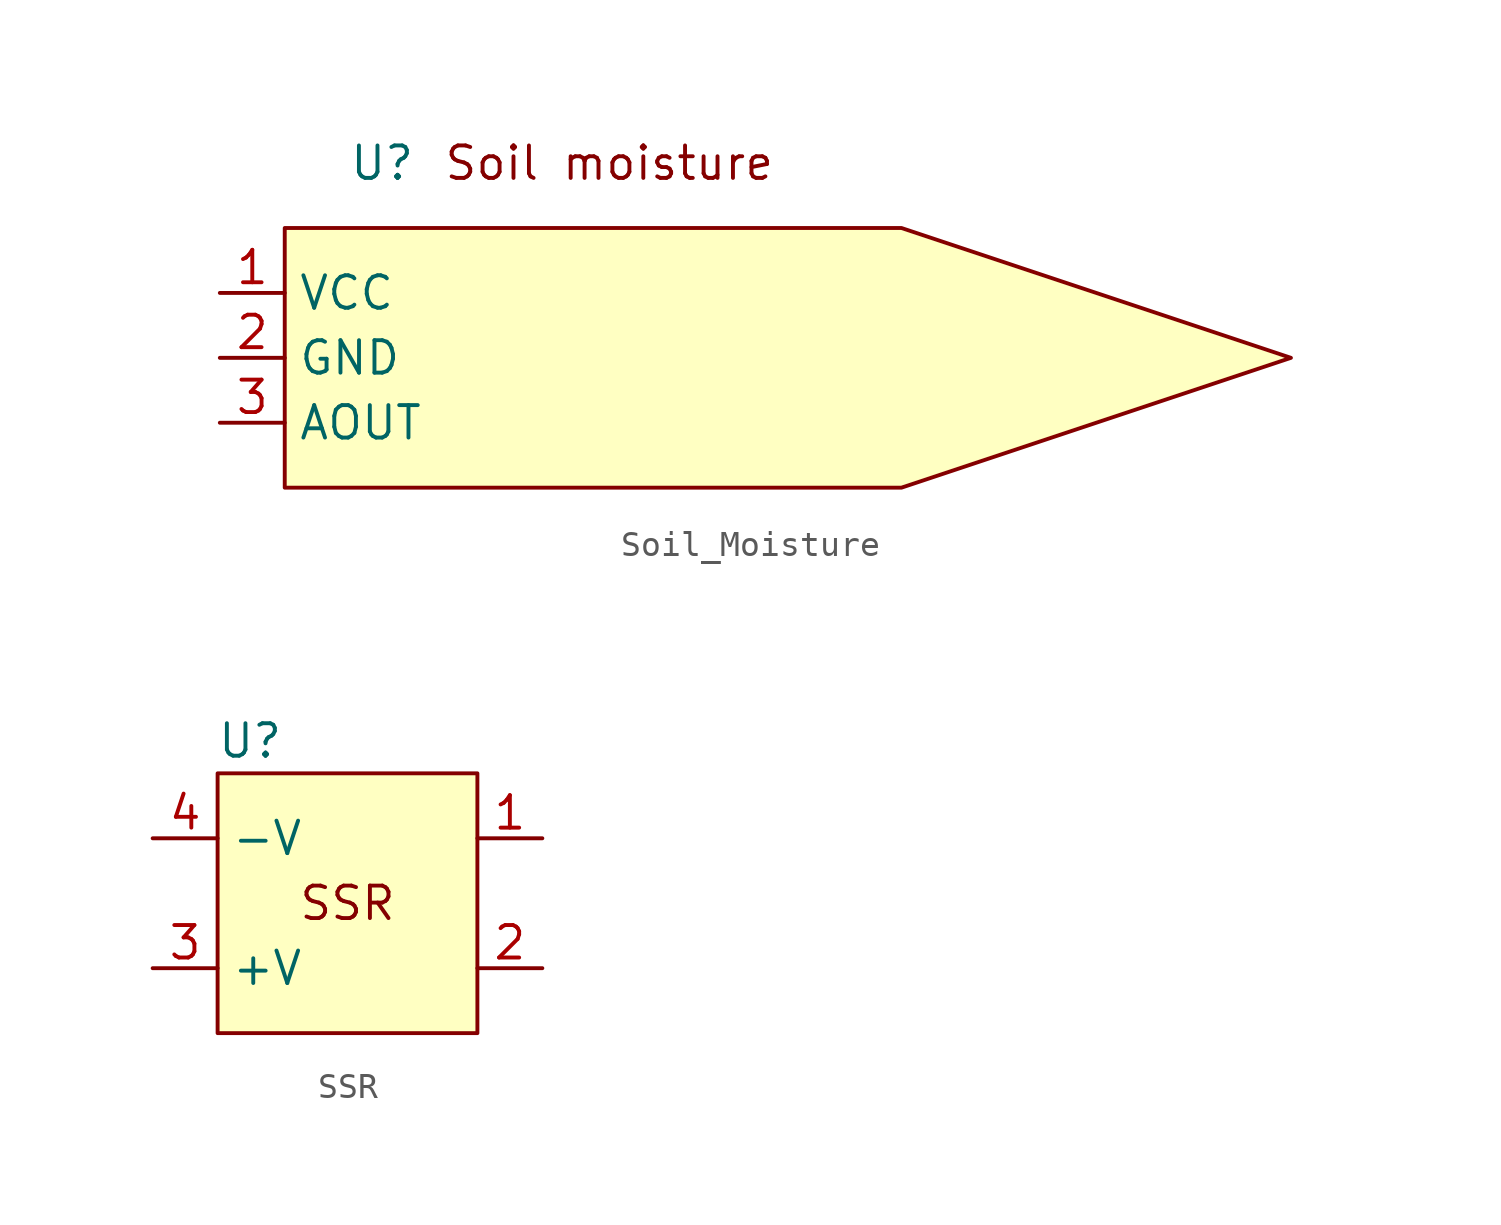
<source format=kicad_sym>
(kicad_symbol_lib
  (version 20220914)
  (generator kicad_symbol_editor)
  (symbol "Soil_Moisture"
    (property "Reference" "U"
      (at -10.16 7.62 0)
      (effects (font (size 1.27 1.27))))
    (property "Value" ""
      (at -8.89 0 0)
      (effects (font (size 1.27 1.27))))
    (symbol "Soil_Moisture_1_1"
      (polyline (pts (xy -13.97 5.08) (xy -13.97 -5.08) (xy 10.16 -5.08) (xy 25.4 0) (xy 10.16 5.08) (xy -13.97 5.08)) (stroke (width 0) (type default)) (fill (type color) (color 255 255 194 1)))
      (text "Soil moisture" (at -1.27 7.62 0) (effects (font (size 1.27 1.27))))
      (pin input line (at -16.51 2.54 0) (length 2.54) (name "VCC" (effects (font (size 1.27 1.27)))) (number "1" (effects (font (size 1.27 1.27)))))
      (pin input line (at -16.51 0 0) (length 2.54) (name "GND" (effects (font (size 1.27 1.27)))) (number "2" (effects (font (size 1.27 1.27)))))
      (pin output line (at -16.51 -2.54 0) (length 2.54) (name "AOUT" (effects (font (size 1.27 1.27)))) (number "3" (effects (font (size 1.27 1.27)))))))
  (symbol "SSR"
    (property "Reference" "U"
      (at -3.81 6.35 0)
      (effects (font (size 1.27 1.27))))
    (property "Value" ""
      (at -1.27 -1.27 0)
      (effects (font (size 1.27 1.27))))
    (symbol "SSR_1_1"
      (rectangle (start -5.08 5.08) (end 5.08 -5.08) (stroke (width 0) (type default)) (fill (type color) (color 255 255 194 1)))
      (text "SSR" (at 0 0 0) (effects (font (size 1.27 1.27))))
      (pin input line (at 7.62 2.54 180) (length 2.54) (name "" (effects (font (size 1.27 1.27)))) (number "1" (effects (font (size 1.27 1.27)))))
      (pin input line (at 7.62 -2.54 180) (length 2.54) (name "" (effects (font (size 1.27 1.27)))) (number "2" (effects (font (size 1.27 1.27)))))
      (pin input line (at -7.62 -2.54 0) (length 2.54) (name "+V" (effects (font (size 1.27 1.27)))) (number "3" (effects (font (size 1.27 1.27)))))
      (pin input line (at -7.62 2.54 0) (length 2.54) (name "-V" (effects (font (size 1.27 1.27)))) (number "4" (effects (font (size 1.27 1.27))))))))
</source>
